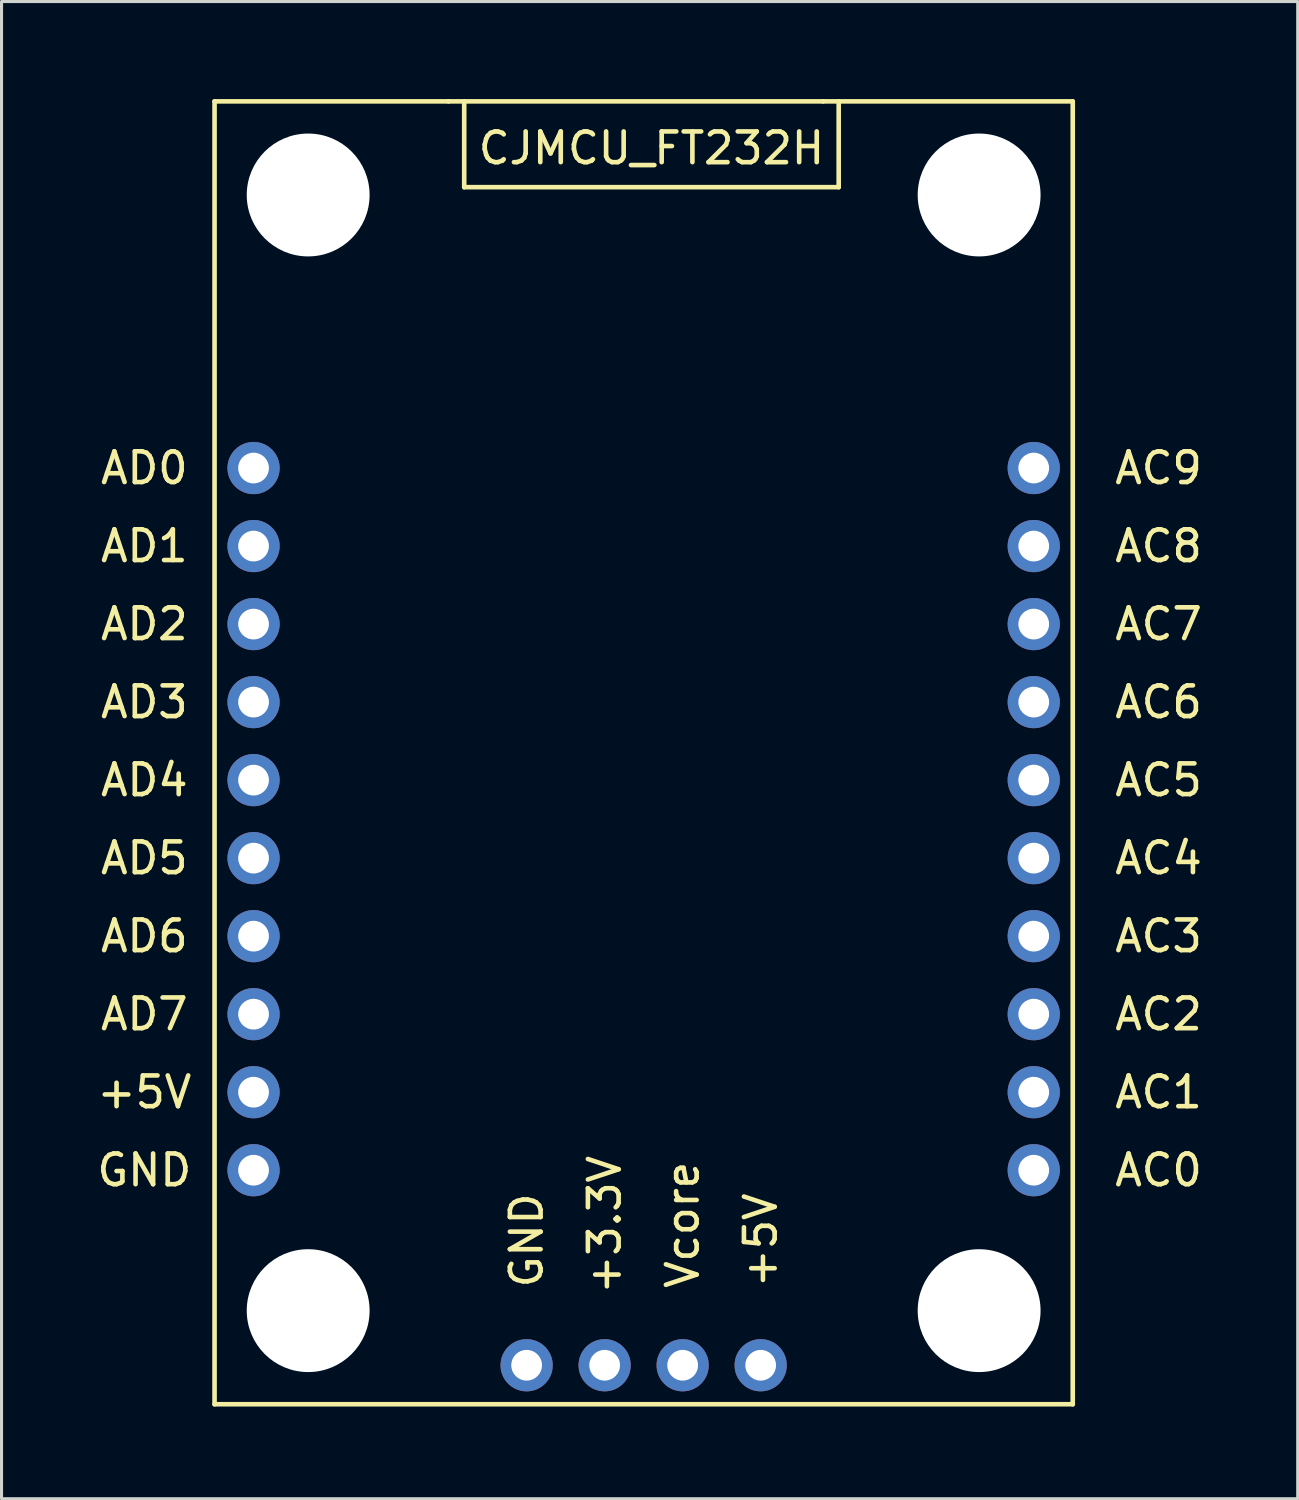
<source format=kicad_pcb>
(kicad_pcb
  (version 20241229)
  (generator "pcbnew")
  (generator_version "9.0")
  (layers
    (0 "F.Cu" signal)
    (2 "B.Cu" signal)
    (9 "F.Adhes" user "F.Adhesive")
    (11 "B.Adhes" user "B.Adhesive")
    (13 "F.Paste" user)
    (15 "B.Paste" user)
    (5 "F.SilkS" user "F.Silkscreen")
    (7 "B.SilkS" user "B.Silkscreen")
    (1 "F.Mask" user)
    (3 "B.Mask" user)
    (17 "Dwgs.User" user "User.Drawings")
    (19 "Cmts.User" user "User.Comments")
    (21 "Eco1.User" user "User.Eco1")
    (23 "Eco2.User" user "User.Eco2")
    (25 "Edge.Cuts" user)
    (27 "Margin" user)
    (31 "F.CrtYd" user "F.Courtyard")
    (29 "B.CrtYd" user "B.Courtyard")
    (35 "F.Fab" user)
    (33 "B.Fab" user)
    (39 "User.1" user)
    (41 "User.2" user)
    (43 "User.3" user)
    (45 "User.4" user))
  (footprint "CJMCU_FT232H"
    (layer "F.Cu")
    (at 3.935 0.25)
    (property "Reference" "CJMCU_FT232H" (at 14.224 1.524 0) (layer "F.SilkS") (effects (font (size 1 1) (thickness 0.15))))
    (attr through_hole)
    (fp_line (start 0 0) (end 0 42.418) (stroke (width 0.15) (type solid)) (layer "F.SilkS"))
    (fp_line (start 0 0) (end 7.62 0) (stroke (width 0.15) (type solid)) (layer "F.SilkS"))
    (fp_line (start 0 42.418) (end 27.94 42.418) (stroke (width 0.15) (type solid)) (layer "F.SilkS"))
    (fp_line (start 8.128 0) (end 8.128 2.794) (stroke (width 0.15) (type solid)) (layer "F.SilkS"))
    (fp_line (start 8.128 2.794) (end 20.32 2.794) (stroke (width 0.15) (type solid)) (layer "F.SilkS"))
    (fp_line (start 19.812 0) (end 7.62 0) (stroke (width 0.15) (type solid)) (layer "F.SilkS"))
    (fp_line (start 19.812 0) (end 27.94 0) (stroke (width 0.15) (type solid)) (layer "F.SilkS"))
    (fp_line (start 20.32 2.794) (end 20.32 0) (stroke (width 0.15) (type solid)) (layer "F.SilkS"))
    (fp_line (start 27.94 42.418) (end 27.94 0) (stroke (width 0.15) (type solid)) (layer "F.SilkS"))
    (fp_text user "AC5" (at 30.734 22.098 0) (layer "F.SilkS") (effects (font (size 1 1) (thickness 0.15))))
    (fp_text user "AC8" (at 30.734 14.478 0) (layer "F.SilkS") (effects (font (size 1 1) (thickness 0.15))))
    (fp_text user "AC3" (at 30.734 27.178 0) (layer "F.SilkS") (effects (font (size 1 1) (thickness 0.15))))
    (fp_text user "AD5" (at -2.286 24.638 0) (layer "F.SilkS") (effects (font (size 1 1) (thickness 0.15))))
    (fp_text user "AC2" (at 30.734 29.718 0) (layer "F.SilkS") (effects (font (size 1 1) (thickness 0.15))))
    (fp_text user "AD3" (at -2.286 19.558 0) (layer "F.SilkS") (effects (font (size 1 1) (thickness 0.15))))
    (fp_text user "AD6" (at -2.286 27.178 0) (layer "F.SilkS") (effects (font (size 1 1) (thickness 0.15))))
    (fp_text user "GND" (at 10.16 37.084 90) (layer "F.SilkS") (effects (font (size 1 1) (thickness 0.15))))
    (fp_text user "Vcore" (at 15.24 36.576 90) (layer "F.SilkS") (effects (font (size 1 1) (thickness 0.15))))
    (fp_text user "AC0" (at 30.734 34.798 0) (layer "F.SilkS") (effects (font (size 1 1) (thickness 0.15))))
    (fp_text user "AD4" (at -2.286 22.098 0) (layer "F.SilkS") (effects (font (size 1 1) (thickness 0.15))))
    (fp_text user "+3.3V" (at 12.7 36.576 90) (layer "F.SilkS") (effects (font (size 1 1) (thickness 0.15))))
    (fp_text user "AC9" (at 30.734 11.938 0) (layer "F.SilkS") (effects (font (size 1 1) (thickness 0.15))))
    (fp_text user "AC7" (at 30.734 17.018 0) (layer "F.SilkS") (effects (font (size 1 1) (thickness 0.15))))
    (fp_text user "+5V" (at 17.78 37.084 90) (layer "F.SilkS") (effects (font (size 1 1) (thickness 0.15))))
    (fp_text user "AD7" (at -2.286 29.718 0) (layer "F.SilkS") (effects (font (size 1 1) (thickness 0.15))))
    (fp_text user "AC1" (at 30.734 32.258 0) (layer "F.SilkS") (effects (font (size 1 1) (thickness 0.15))))
    (fp_text user "AC6" (at 30.734 19.558 0) (layer "F.SilkS") (effects (font (size 1 1) (thickness 0.15))))
    (fp_text user "AC4" (at 30.734 24.638 0) (layer "F.SilkS") (effects (font (size 1 1) (thickness 0.15))))
    (fp_text user "+5V" (at -2.286 32.258 0) (layer "F.SilkS") (effects (font (size 1 1) (thickness 0.15))))
    (fp_text user "GND" (at -2.286 34.798 0) (layer "F.SilkS") (effects (font (size 1 1) (thickness 0.15))))
    (fp_text user "AD2" (at -2.286 17.018 0) (layer "F.SilkS") (effects (font (size 1 1) (thickness 0.15))))
    (fp_text user "AD0" (at -2.286 11.938 0) (layer "F.SilkS") (effects (font (size 1 1) (thickness 0.15))))
    (fp_text user "AD1" (at -2.286 14.478 0) (layer "F.SilkS") (effects (font (size 1 1) (thickness 0.15))))
    (pad "" np_thru_hole circle (at 3.048 3.048) (size 4 4) (drill 4) (layers "*.Cu" "*.Mask"))
    (pad "" np_thru_hole circle (at 3.048 39.37) (size 4 4) (drill 4) (layers "*.Cu" "*.Mask"))
    (pad "" np_thru_hole circle (at 24.892 3.048) (size 4 4) (drill 4) (layers "*.Cu" "*.Mask"))
    (pad "" np_thru_hole circle (at 24.892 39.37) (size 4 4) (drill 4) (layers "*.Cu" "*.Mask"))
    (pad "+3.3V" thru_hole circle (at 12.7 41.148) (size 1.7 1.7) (drill 1) (layers "*.Cu" "*.Mask"))
    (pad "+5V1" thru_hole circle (at 1.27 32.258) (size 1.7 1.7) (drill 1) (layers "*.Cu" "*.Mask"))
    (pad "+5V2" thru_hole circle (at 17.78 41.148) (size 1.7 1.7) (drill 1) (layers "*.Cu" "*.Mask"))
    (pad "AC0" thru_hole circle (at 26.67 34.798) (size 1.7 1.7) (drill 1) (layers "*.Cu" "*.Mask"))
    (pad "AC1" thru_hole circle (at 26.67 32.258) (size 1.7 1.7) (drill 1) (layers "*.Cu" "*.Mask"))
    (pad "AC2" thru_hole circle (at 26.67 29.718) (size 1.7 1.7) (drill 1) (layers "*.Cu" "*.Mask"))
    (pad "AC3" thru_hole circle (at 26.67 27.178) (size 1.7 1.7) (drill 1) (layers "*.Cu" "*.Mask"))
    (pad "AC4" thru_hole circle (at 26.67 24.638) (size 1.7 1.7) (drill 1) (layers "*.Cu" "*.Mask"))
    (pad "AC5" thru_hole circle (at 26.67 22.098) (size 1.7 1.7) (drill 1) (layers "*.Cu" "*.Mask"))
    (pad "AC6" thru_hole circle (at 26.67 19.558) (size 1.7 1.7) (drill 1) (layers "*.Cu" "*.Mask"))
    (pad "AC7" thru_hole circle (at 26.67 17.018) (size 1.7 1.7) (drill 1) (layers "*.Cu" "*.Mask"))
    (pad "AC8" thru_hole circle (at 26.67 14.478) (size 1.7 1.7) (drill 1) (layers "*.Cu" "*.Mask"))
    (pad "AC9" thru_hole circle (at 26.67 11.938) (size 1.7 1.7) (drill 1) (layers "*.Cu" "*.Mask"))
    (pad "AD0" thru_hole circle (at 1.27 11.938) (size 1.7 1.7) (drill 1) (layers "*.Cu" "*.Mask"))
    (pad "AD1" thru_hole circle (at 1.27 14.478) (size 1.7 1.7) (drill 1) (layers "*.Cu" "*.Mask"))
    (pad "AD2" thru_hole circle (at 1.27 17.018) (size 1.7 1.7) (drill 1) (layers "*.Cu" "*.Mask"))
    (pad "AD3" thru_hole circle (at 1.27 19.558) (size 1.7 1.7) (drill 1) (layers "*.Cu" "*.Mask"))
    (pad "AD4" thru_hole circle (at 1.27 22.098) (size 1.7 1.7) (drill 1) (layers "*.Cu" "*.Mask"))
    (pad "AD5" thru_hole circle (at 1.27 24.638) (size 1.7 1.7) (drill 1) (layers "*.Cu" "*.Mask"))
    (pad "AD6" thru_hole circle (at 1.27 27.178) (size 1.7 1.7) (drill 1) (layers "*.Cu" "*.Mask"))
    (pad "AD7" thru_hole circle (at 1.27 29.718) (size 1.7 1.7) (drill 1) (layers "*.Cu" "*.Mask"))
    (pad "GND1" thru_hole circle (at 1.27 34.798) (size 1.7 1.7) (drill 1) (layers "*.Cu" "*.Mask"))
    (pad "GND2" thru_hole circle (at 10.16 41.148) (size 1.7 1.7) (drill 1) (layers "*.Cu" "*.Mask"))
    (pad "Vcore" thru_hole circle (at 15.24 41.148) (size 1.7 1.7) (drill 1) (layers "*.Cu" "*.Mask")))
  (gr_rect
    (start -3 -3)
    (end 39.199 45.743)
    (stroke (width 0.1) (type default))
    (fill no)
    (layer "Edge.Cuts")))
</source>
